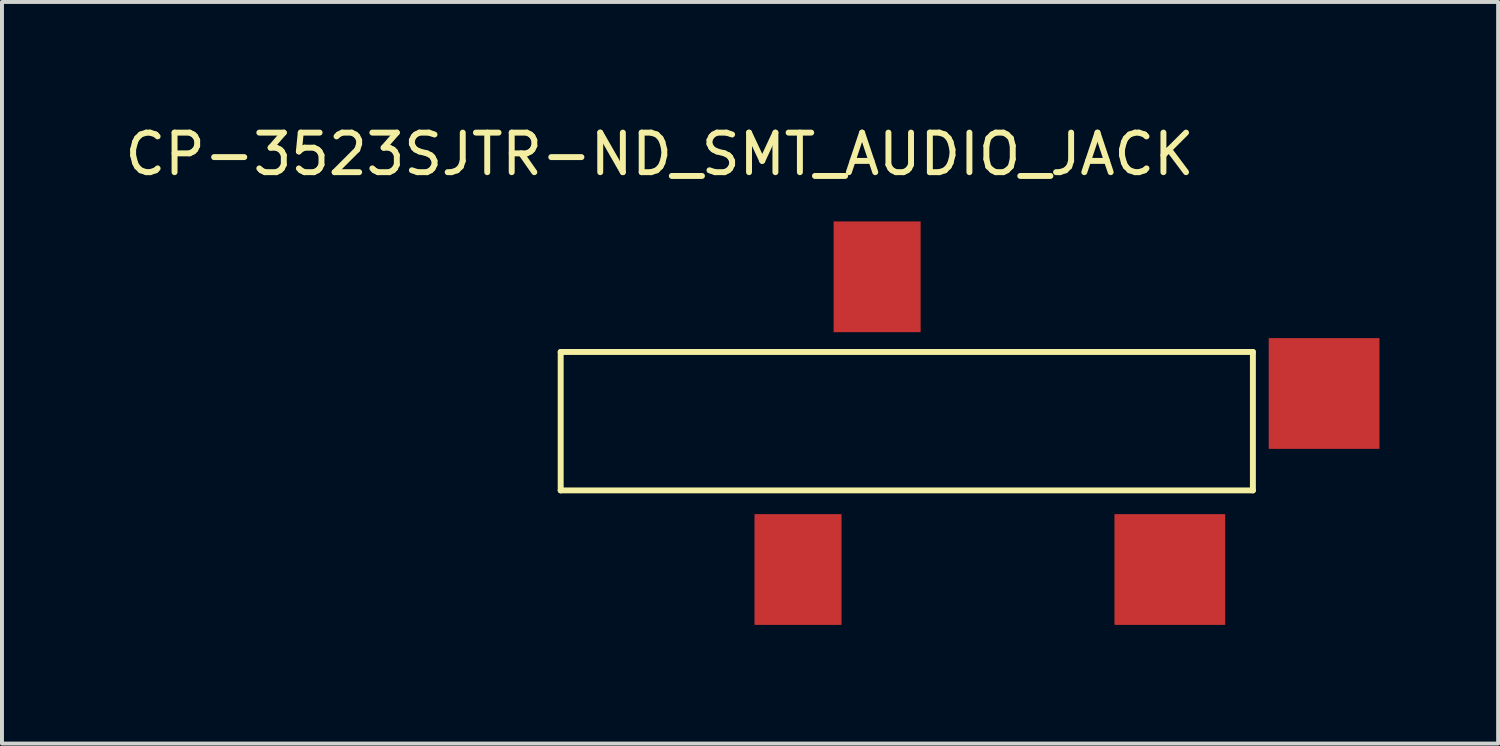
<source format=kicad_pcb>
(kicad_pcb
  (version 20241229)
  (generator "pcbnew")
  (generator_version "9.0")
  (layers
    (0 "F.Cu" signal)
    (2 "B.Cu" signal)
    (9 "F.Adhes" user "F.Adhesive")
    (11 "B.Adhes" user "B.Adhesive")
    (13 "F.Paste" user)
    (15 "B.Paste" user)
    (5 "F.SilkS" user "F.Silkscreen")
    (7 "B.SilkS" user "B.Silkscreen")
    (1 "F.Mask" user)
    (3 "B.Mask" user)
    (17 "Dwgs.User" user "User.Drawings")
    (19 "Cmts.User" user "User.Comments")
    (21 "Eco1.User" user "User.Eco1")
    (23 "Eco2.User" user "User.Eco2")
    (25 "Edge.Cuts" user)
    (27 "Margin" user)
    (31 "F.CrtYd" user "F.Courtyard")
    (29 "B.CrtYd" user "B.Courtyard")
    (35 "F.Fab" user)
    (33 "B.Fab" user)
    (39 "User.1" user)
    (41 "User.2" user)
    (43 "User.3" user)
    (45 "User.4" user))
  (footprint "CP-3523SJTR-ND_SMT_AUDIO_JACK"
    (layer "F.Cu")
    (at 17.125 11.348)
    (property "Reference" "CP-3523SJTR-ND_SMT_AUDIO_JACK" (at -3.5 -10.5 0) (layer "F.SilkS") (effects (font (size 1 1) (thickness 0.15))))
    (attr through_hole)
    (fp_line (start -6 -5.5) (end -6 -2) (stroke (width 0.15) (type solid)) (layer "F.SilkS"))
    (fp_line (start -6 -2) (end 11.5 -2) (stroke (width 0.15) (type solid)) (layer "F.SilkS"))
    (fp_line (start 11.5 -5.5) (end -6 -5.5) (stroke (width 0.15) (type solid)) (layer "F.SilkS"))
    (fp_line (start 11.5 -2) (end 11.5 -5.5) (stroke (width 0.15) (type solid)) (layer "F.SilkS"))
    (pad "1" smd rect (at 0 0) (size 2.2 2.8) (layers "F.Cu" "F.Mask" "F.Paste"))
    (pad "2" smd rect (at 9.4 0) (size 2.8 2.8) (layers "F.Cu" "F.Mask" "F.Paste"))
    (pad "3" smd rect (at 2 -7.4) (size 2.2 2.8) (layers "F.Cu" "F.Mask" "F.Paste"))
    (pad "4" smd rect (at 13.3 -4.45) (size 2.8 2.8) (layers "F.Cu" "F.Mask" "F.Paste")))
  (gr_rect
    (start -3 -3)
    (end 34.825 15.748)
    (stroke (width 0.1) (type default))
    (fill no)
    (layer "Edge.Cuts")))
</source>
